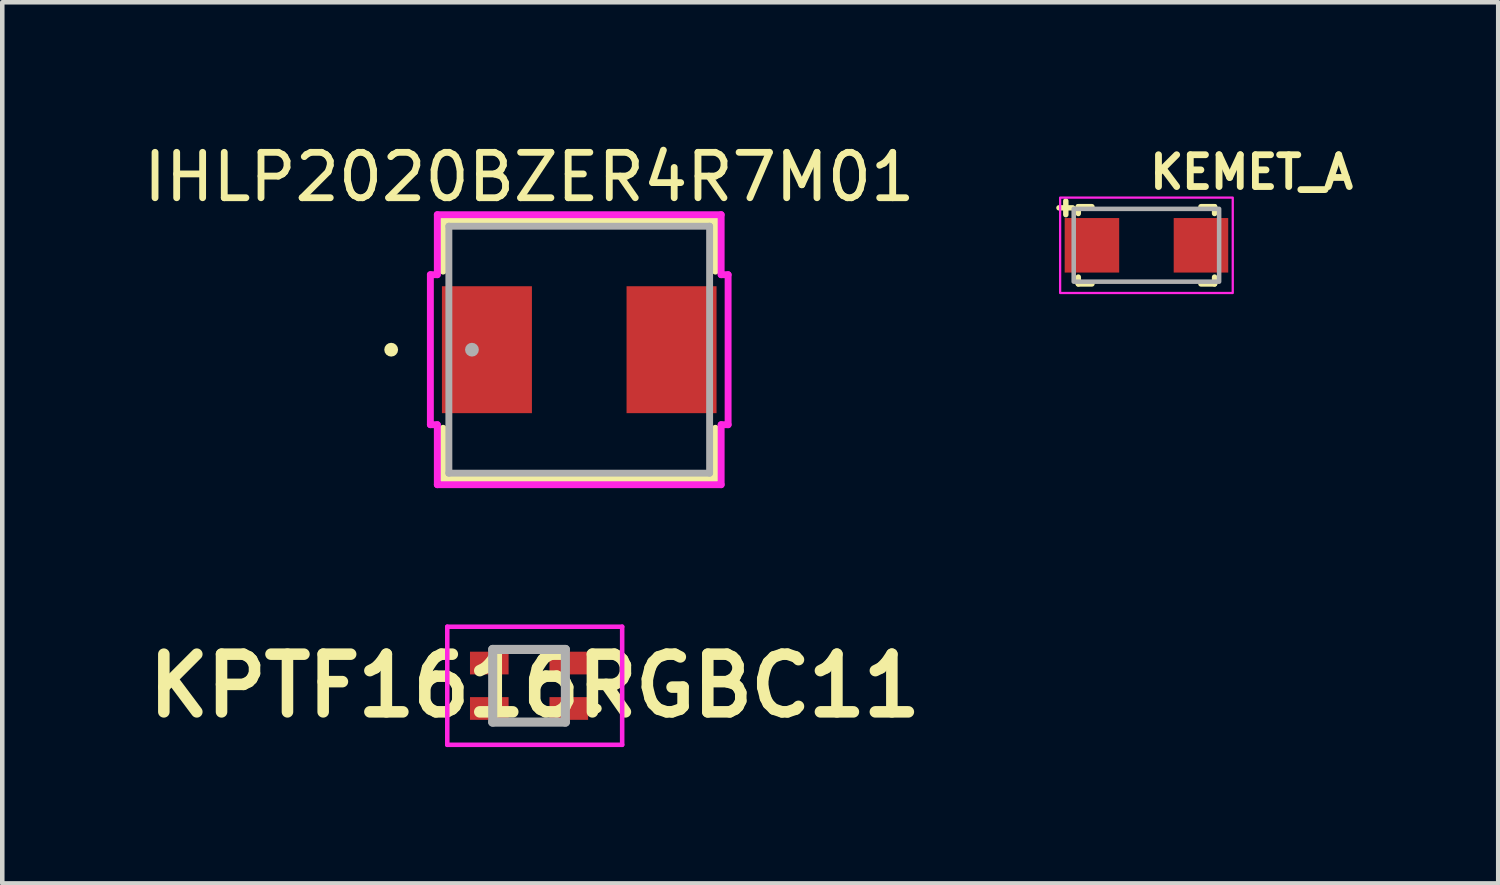
<source format=kicad_pcb>
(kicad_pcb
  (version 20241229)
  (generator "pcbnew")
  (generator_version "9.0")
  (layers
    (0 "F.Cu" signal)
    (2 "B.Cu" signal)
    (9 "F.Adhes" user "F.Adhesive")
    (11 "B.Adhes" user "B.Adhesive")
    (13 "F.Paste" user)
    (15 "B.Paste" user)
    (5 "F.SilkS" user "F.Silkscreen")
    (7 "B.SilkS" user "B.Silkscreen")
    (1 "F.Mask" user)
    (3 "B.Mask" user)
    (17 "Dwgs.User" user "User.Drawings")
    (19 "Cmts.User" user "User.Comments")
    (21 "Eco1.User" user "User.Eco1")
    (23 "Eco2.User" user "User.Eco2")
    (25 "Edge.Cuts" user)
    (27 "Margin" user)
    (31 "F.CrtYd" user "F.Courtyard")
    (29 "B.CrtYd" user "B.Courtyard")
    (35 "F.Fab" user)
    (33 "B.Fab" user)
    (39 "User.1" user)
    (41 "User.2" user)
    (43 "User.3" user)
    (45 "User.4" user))
  (footprint "KEMET_A"
    (layer "F.Cu")
    (at 22.187 2.35)
    (property "Reference" "KEMET_A" (at 0 -1.2 0) (layer "F.SilkS") (effects (font (size 0.7 0.7) (thickness 0.15)) (justify left bottom)))
    (attr smd)
    (fp_line (start -1.925 -0.825) (end -1.625 -0.825) (stroke (width 0.12) (type solid)) (layer "F.SilkS"))
    (fp_line (start -1.775 -0.975) (end -1.775 -0.675) (stroke (width 0.12) (type solid)) (layer "F.SilkS"))
    (fp_line (start -1.5 -0.85) (end -1.2 -0.85) (stroke (width 0.12) (type solid)) (layer "F.SilkS"))
    (fp_line (start -1.5 -0.7) (end -1.5 -0.85) (stroke (width 0.12) (type solid)) (layer "F.SilkS"))
    (fp_line (start -1.5 0.7) (end -1.5 0.85) (stroke (width 0.12) (type solid)) (layer "F.SilkS"))
    (fp_line (start -1.5 0.85) (end -1.2 0.85) (stroke (width 0.12) (type solid)) (layer "F.SilkS"))
    (fp_line (start 1.5 -0.85) (end 1.2 -0.85) (stroke (width 0.12) (type solid)) (layer "F.SilkS"))
    (fp_line (start 1.5 -0.7) (end 1.5 -0.85) (stroke (width 0.12) (type solid)) (layer "F.SilkS"))
    (fp_line (start 1.5 0.7) (end 1.5 0.85) (stroke (width 0.12) (type solid)) (layer "F.SilkS"))
    (fp_line (start 1.5 0.85) (end 1.2 0.85) (stroke (width 0.12) (type solid)) (layer "F.SilkS"))
    (fp_rect (start -1.9 -1.05) (end 1.9 1.05) (stroke (width 0.05) (type solid)) (fill no) (layer "F.CrtYd"))
    (fp_rect (start -1.601 -0.802) (end 1.6 0.8) (stroke (width 0.1) (type solid)) (fill no) (layer "F.Fab"))
    (fp_rect (start -1.601 -0.802) (end 1.6 0.8) (stroke (width 0.1) (type solid)) (fill no) (layer "User.5"))
    (fp_line (start -1.601 0.598) (end -1.601 -0.6) (stroke (width 0.02) (type solid)) (layer "User.9"))
    (fp_line (start -1.452 -0.802) (end -1.452 -0.6) (stroke (width 0.02) (type solid)) (layer "User.9"))
    (fp_line (start -1.452 -0.6) (end -1.601 -0.6) (stroke (width 0.02) (type solid)) (layer "User.9"))
    (fp_line (start -1.452 -0.6) (end -1.452 0.598) (stroke (width 0.02) (type solid)) (layer "User.9"))
    (fp_line (start -1.452 0.598) (end -1.601 0.598) (stroke (width 0.02) (type solid)) (layer "User.9"))
    (fp_line (start -1.452 0.598) (end -1.452 0.8) (stroke (width 0.02) (type solid)) (layer "User.9"))
    (fp_line (start -1.452 0.8) (end 1.449 0.8) (stroke (width 0.02) (type solid)) (layer "User.9"))
    (fp_line (start -1.377 -0.727) (end -1.452 -0.802) (stroke (width 0.02) (type solid)) (layer "User.9"))
    (fp_line (start -1.377 -0.727) (end -1.377 0.725) (stroke (width 0.02) (type solid)) (layer "User.9"))
    (fp_line (start -1.377 0.725) (end -1.452 0.8) (stroke (width 0.02) (type solid)) (layer "User.9"))
    (fp_line (start -1.377 0.725) (end 1.376 0.725) (stroke (width 0.02) (type solid)) (layer "User.9"))
    (fp_line (start -1.28 0.12) (end -1.28 0.663) (stroke (width 0.02) (type solid)) (layer "User.9"))
    (fp_line (start -1.28 0.663) (end -1.014 0.663) (stroke (width 0.02) (type solid)) (layer "User.9"))
    (fp_line (start -1.278 -0.673) (end -1.278 -0.13) (stroke (width 0.02) (type solid)) (layer "User.9"))
    (fp_line (start -1.014 0.663) (end -1.014 0.12) (stroke (width 0.02) (type solid)) (layer "User.9"))
    (fp_line (start -1.012 -0.673) (end -1.278 -0.673) (stroke (width 0.02) (type solid)) (layer "User.9"))
    (fp_line (start -1.012 -0.13) (end -1.012 -0.673) (stroke (width 0.02) (type solid)) (layer "User.9"))
    (fp_line (start 1.376 -0.727) (end -1.377 -0.727) (stroke (width 0.02) (type solid)) (layer "User.9"))
    (fp_line (start 1.376 -0.727) (end 1.449 -0.802) (stroke (width 0.02) (type solid)) (layer "User.9"))
    (fp_line (start 1.376 0.725) (end 1.376 -0.727) (stroke (width 0.02) (type solid)) (layer "User.9"))
    (fp_line (start 1.376 0.725) (end 1.449 0.8) (stroke (width 0.02) (type solid)) (layer "User.9"))
    (fp_line (start 1.449 -0.802) (end -1.452 -0.802) (stroke (width 0.02) (type solid)) (layer "User.9"))
    (fp_line (start 1.449 -0.6) (end 1.449 -0.802) (stroke (width 0.02) (type solid)) (layer "User.9"))
    (fp_line (start 1.449 -0.6) (end 1.449 0.598) (stroke (width 0.02) (type solid)) (layer "User.9"))
    (fp_line (start 1.449 0.8) (end 1.449 0.598) (stroke (width 0.02) (type solid)) (layer "User.9"))
    (fp_line (start 1.6 -0.6) (end 1.449 -0.6) (stroke (width 0.02) (type solid)) (layer "User.9"))
    (fp_line (start 1.6 0.598) (end 1.449 0.598) (stroke (width 0.02) (type solid)) (layer "User.9"))
    (fp_line (start 1.6 0.598) (end 1.6 -0.6) (stroke (width 0.02) (type solid)) (layer "User.9"))
    (fp_arc (start -1.278 -0.13) (mid -1.145 -0.165439) (end -1.012 -0.13) (stroke (width 0.02) (type solid)) (layer "User.9"))
    (fp_arc (start -1.014 0.12) (mid -1.147 0.155439) (end -1.28 0.12) (stroke (width 0.02) (type solid)) (layer "User.9"))
    (pad "1" smd rect (at -1.2 0) (size 1.2 1.2) (layers "F.Cu" "F.Mask" "F.Paste"))
    (pad "2" smd rect (at 1.2 0) (size 1.2 1.2) (layers "F.Cu" "F.Mask" "F.Paste")))
  (footprint "IHLP2020BZER4R7M01"
    (layer "F.Cu")
    (at 9.701 4.648)
    (property "Reference" "IHLP2020BZER4R7M01" (at -1.1 -3.8 0) (layer "F.SilkS") (effects (font (size 1 1) (thickness 0.15))))
    (attr smd)
    (fp_line (start -2.997 -2.845) (end -2.997 -1.73) (stroke (width 0.152) (type solid)) (layer "F.SilkS"))
    (fp_line (start -2.997 1.73) (end -2.997 2.845) (stroke (width 0.152) (type solid)) (layer "F.SilkS"))
    (fp_line (start -2.997 2.845) (end 2.997 2.845) (stroke (width 0.152) (type solid)) (layer "F.SilkS"))
    (fp_line (start 2.997 -2.845) (end -2.997 -2.845) (stroke (width 0.152) (type solid)) (layer "F.SilkS"))
    (fp_line (start 2.997 -1.73) (end 2.997 -2.845) (stroke (width 0.152) (type solid)) (layer "F.SilkS"))
    (fp_line (start 2.997 2.845) (end 2.997 1.73) (stroke (width 0.152) (type solid)) (layer "F.SilkS"))
    (fp_circle (center -4.14 0) (end -4.064 0) (stroke (width 0.152) (type solid)) (fill no) (layer "F.SilkS"))
    (fp_line (start -3.277 -1.651) (end -3.124 -1.651) (stroke (width 0.152) (type solid)) (layer "F.CrtYd"))
    (fp_line (start -3.277 1.651) (end -3.277 -1.651) (stroke (width 0.152) (type solid)) (layer "F.CrtYd"))
    (fp_line (start -3.124 -2.972) (end 3.124 -2.972) (stroke (width 0.152) (type solid)) (layer "F.CrtYd"))
    (fp_line (start -3.124 -1.651) (end -3.124 -2.972) (stroke (width 0.152) (type solid)) (layer "F.CrtYd"))
    (fp_line (start -3.124 1.651) (end -3.277 1.651) (stroke (width 0.152) (type solid)) (layer "F.CrtYd"))
    (fp_line (start -3.124 2.972) (end -3.124 1.651) (stroke (width 0.152) (type solid)) (layer "F.CrtYd"))
    (fp_line (start 3.124 -2.972) (end 3.124 -1.651) (stroke (width 0.152) (type solid)) (layer "F.CrtYd"))
    (fp_line (start 3.124 -1.651) (end 3.277 -1.651) (stroke (width 0.152) (type solid)) (layer "F.CrtYd"))
    (fp_line (start 3.124 1.651) (end 3.124 2.972) (stroke (width 0.152) (type solid)) (layer "F.CrtYd"))
    (fp_line (start 3.124 2.972) (end -3.124 2.972) (stroke (width 0.152) (type solid)) (layer "F.CrtYd"))
    (fp_line (start 3.277 -1.651) (end 3.277 1.651) (stroke (width 0.152) (type solid)) (layer "F.CrtYd"))
    (fp_line (start 3.277 1.651) (end 3.124 1.651) (stroke (width 0.152) (type solid)) (layer "F.CrtYd"))
    (fp_line (start -2.87 -2.718) (end -2.87 2.718) (stroke (width 0.152) (type solid)) (layer "F.Fab"))
    (fp_line (start -2.87 2.718) (end 2.87 2.718) (stroke (width 0.152) (type solid)) (layer "F.Fab"))
    (fp_line (start 2.87 -2.718) (end -2.87 -2.718) (stroke (width 0.152) (type solid)) (layer "F.Fab"))
    (fp_line (start 2.87 2.718) (end 2.87 -2.718) (stroke (width 0.152) (type solid)) (layer "F.Fab"))
    (fp_circle (center -2.362 0) (end -2.286 0) (stroke (width 0.152) (type solid)) (fill no) (layer "F.Fab"))
    (pad "1" smd rect (at -2.032 0 90) (size 2.794 1.981) (layers "F.Cu" "F.Mask" "F.Paste"))
    (pad "2" smd rect (at 2.032 0 90) (size 2.794 1.981) (layers "F.Cu" "F.Mask" "F.Paste")))
  (footprint "KPTF1616RGBC11"
    (layer "F.Cu")
    (at 8.596 12.046)
    (property "Reference" "KPTF1616RGBC11" (at 0.125 0 0) (layer "F.SilkS") (effects (font (size 1.27 1.27) (thickness 0.254))))
    (attr smd)
    (fp_line (start -0.8 -0.1) (end -0.8 0.1) (stroke (width 0.1) (type solid)) (layer "F.SilkS"))
    (fp_line (start -0.3 0.8) (end 0.3 0.8) (stroke (width 0.1) (type solid)) (layer "F.SilkS"))
    (fp_line (start 0.3 -0.8) (end -0.3 -0.8) (stroke (width 0.1) (type solid)) (layer "F.SilkS"))
    (fp_line (start 0.8 0.1) (end 0.8 -0.1) (stroke (width 0.1) (type solid)) (layer "F.SilkS"))
    (fp_line (start 1.5 0.45) (end 1.5 0.45) (stroke (width 0.1) (type solid)) (layer "F.SilkS"))
    (fp_line (start 1.5 0.55) (end 1.5 0.55) (stroke (width 0.1) (type solid)) (layer "F.SilkS"))
    (fp_arc (start 1.5 0.45) (mid 1.55 0.5) (end 1.5 0.55) (stroke (width 0.1) (type solid)) (layer "F.SilkS"))
    (fp_arc (start 1.5 0.55) (mid 1.45 0.5) (end 1.5 0.45) (stroke (width 0.1) (type solid)) (layer "F.SilkS"))
    (fp_line (start -1.8 -1.3) (end 2.05 -1.3) (stroke (width 0.1) (type solid)) (layer "F.CrtYd"))
    (fp_line (start -1.8 1.3) (end -1.8 -1.3) (stroke (width 0.1) (type solid)) (layer "F.CrtYd"))
    (fp_line (start 2.05 -1.3) (end 2.05 1.3) (stroke (width 0.1) (type solid)) (layer "F.CrtYd"))
    (fp_line (start 2.05 1.3) (end -1.8 1.3) (stroke (width 0.1) (type solid)) (layer "F.CrtYd"))
    (fp_line (start -0.8 -0.8) (end 0.8 -0.8) (stroke (width 0.2) (type solid)) (layer "F.Fab"))
    (fp_line (start -0.8 0.8) (end -0.8 -0.8) (stroke (width 0.2) (type solid)) (layer "F.Fab"))
    (fp_line (start 0.8 -0.8) (end 0.8 0.8) (stroke (width 0.2) (type solid)) (layer "F.Fab"))
    (fp_line (start 0.8 0.8) (end -0.8 0.8) (stroke (width 0.2) (type solid)) (layer "F.Fab"))
    (pad "1" smd rect (at 0.875 0.5 90) (size 0.5 0.85) (layers "F.Cu" "F.Mask" "F.Paste"))
    (pad "2" smd rect (at -0.875 0.5 90) (size 0.5 0.85) (layers "F.Cu" "F.Mask" "F.Paste"))
    (pad "3" smd rect (at -0.875 -0.5 90) (size 0.5 0.85) (layers "F.Cu" "F.Mask" "F.Paste"))
    (pad "4" smd rect (at 0.875 -0.5 90) (size 0.5 0.85) (layers "F.Cu" "F.Mask" "F.Paste")))
  (gr_rect
    (start -3 -3)
    (end 29.931 16.396)
    (stroke (width 0.1) (type default))
    (fill no)
    (layer "Edge.Cuts")))
</source>
